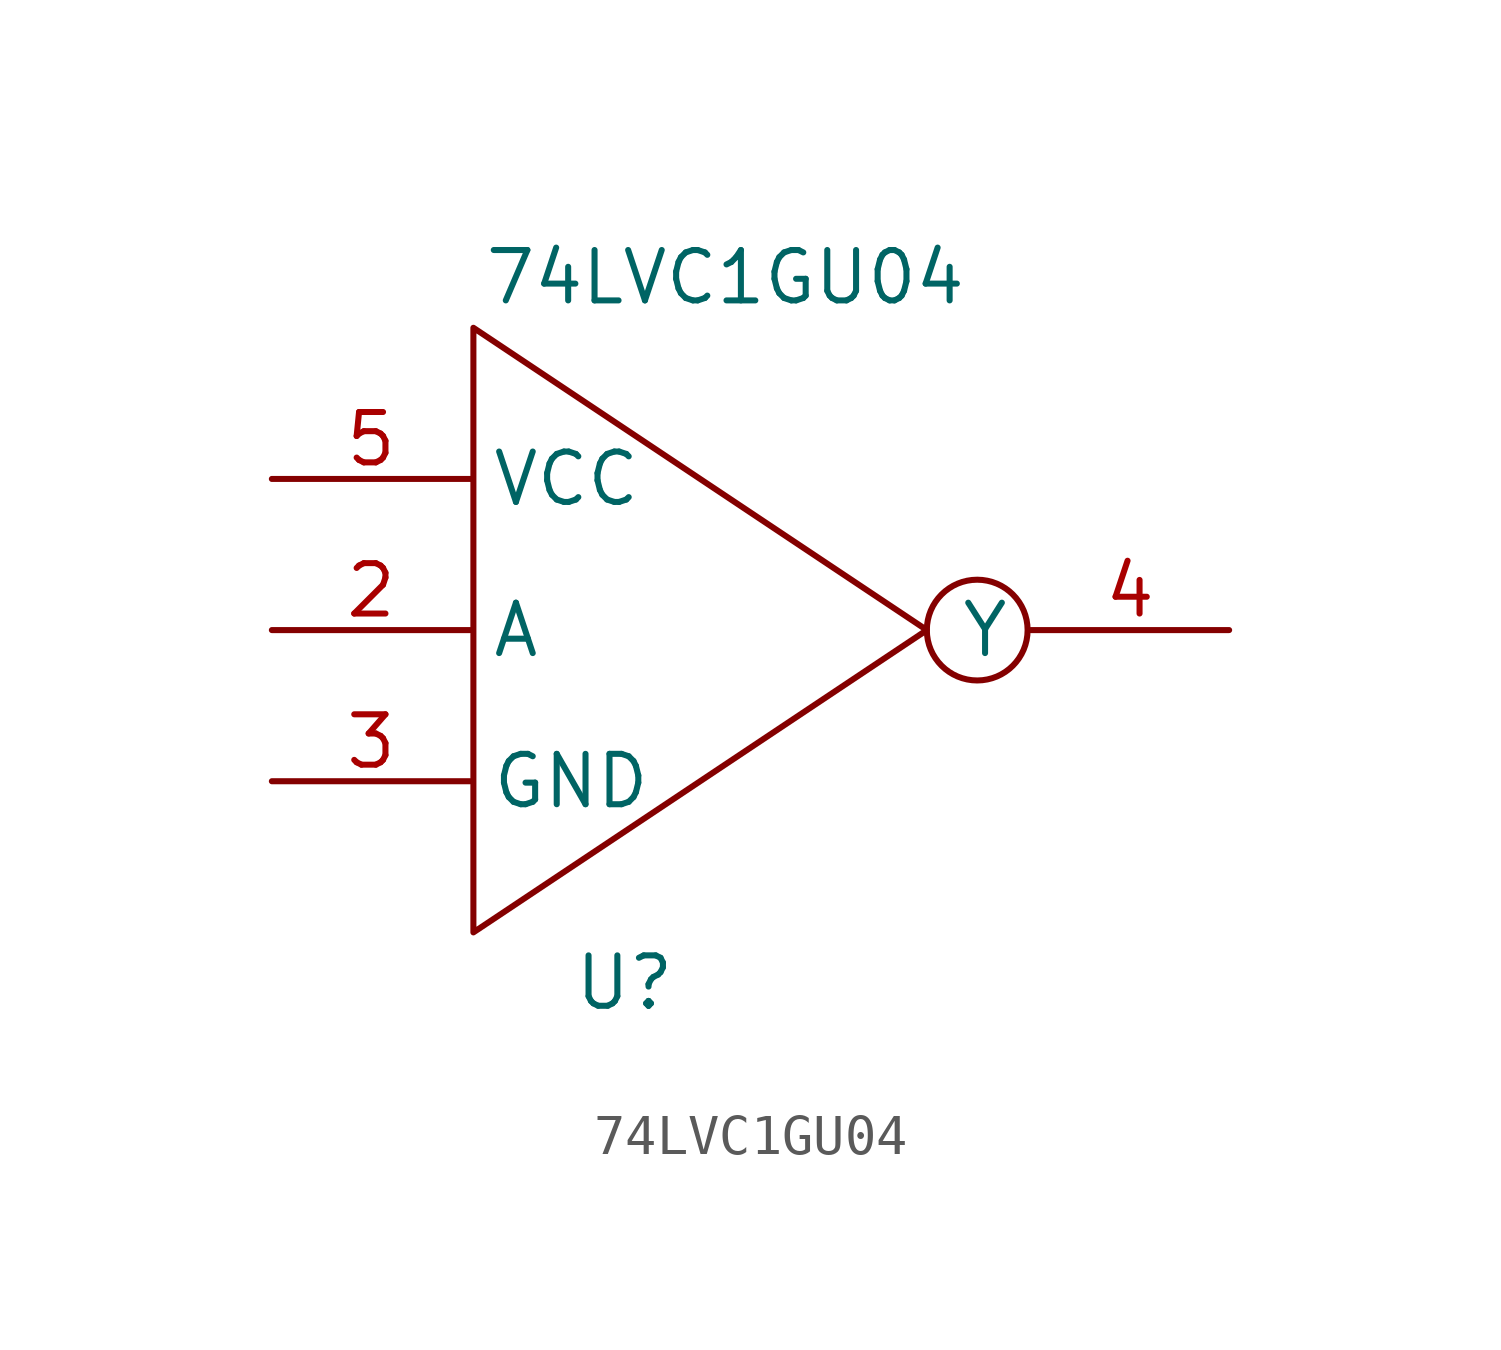
<source format=kicad_sym>
(kicad_symbol_lib
  (version 20211014)
  (generator kicad_symbol_editor)
  (symbol "74LVC1GU04"
    (property "Reference" "U"
      (at 0 -8.89 0)
      (effects (font (size 1.27 1.27))))
    (property "Value" "74LVC1GU04"
      (at 2.54 8.89 0)
      (effects (font (size 1.27 1.27))))
    (symbol "74LVC1GU04_0_1"
      (polyline (pts (xy 7.62 0) (xy -3.81 7.62) (xy -3.81 -7.62) (xy 7.62 0)) (stroke (width 0) (type default) (color 0 0 0 0)) (fill (type none)))
      (circle (center 8.89 0) (radius 1.27) (stroke (width 0) (type default) (color 0 0 0 0)) (fill (type none))))
    (symbol "74LVC1GU04_1_1"
      (pin passive line (at -8.89 0 0) (length 5) (name "A" (effects (font (size 1.27 1.27)))) (number "2" (effects (font (size 1.27 1.27)))))
      (pin passive line (at -8.89 -3.81 0) (length 5) (name "GND" (effects (font (size 1.27 1.27)))) (number "3" (effects (font (size 1.27 1.27)))))
      (pin passive line (at 15.24 0 180) (length 5) (name "Y" (effects (font (size 1.27 1.27)))) (number "4" (effects (font (size 1.27 1.27)))))
      (pin passive line (at -8.89 3.81 0) (length 5) (name "VCC" (effects (font (size 1.27 1.27)))) (number "5" (effects (font (size 1.27 1.27))))))))
</source>
